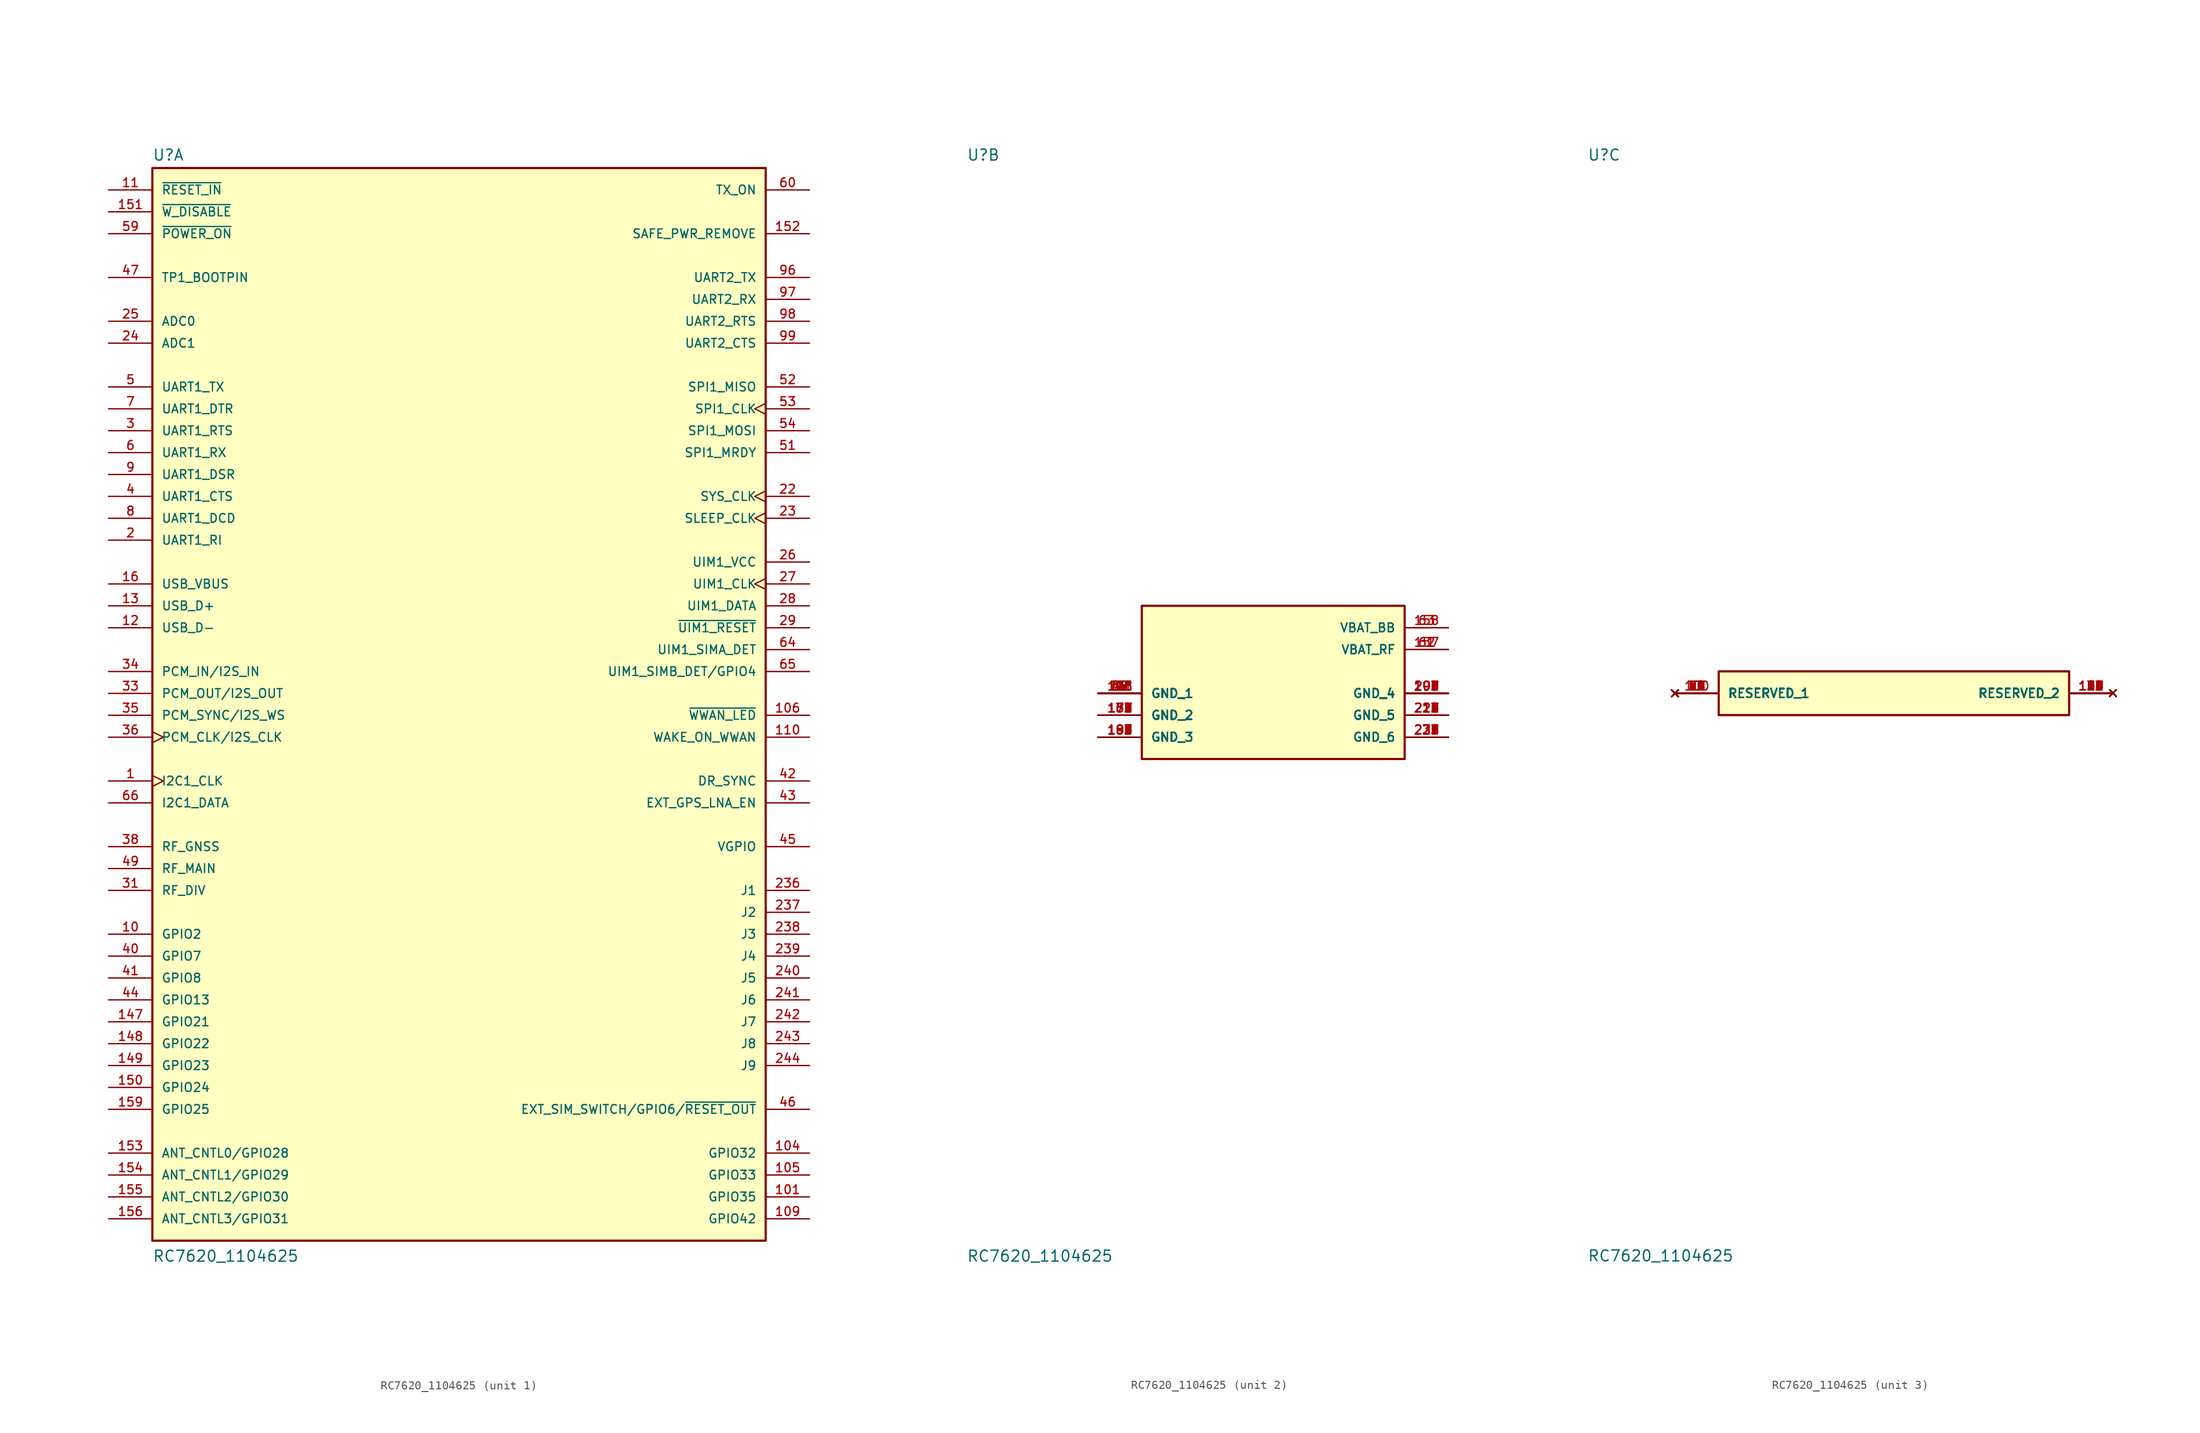
<source format=kicad_sym>
(kicad_symbol_lib
  (version 20211014)
  (generator kicad_symbol_editor)
  (symbol "RC7620_1104625"
    (pin_names
      (offset 1.016))
    (property "Reference" "U"
      (at -35.56 61.722 0)
      (effects (font (size 1.27 1.27)) (justify bottom left)))
    (property "Value" "RC7620_1104625"
      (at -35.56 -66.04 0)
      (effects (font (size 1.27 1.27)) (justify bottom left)))
    (symbol "RC7620_1104625_1_0"
      (rectangle (start -35.56 -63.5) (end 35.56 60.96) (stroke (width 0.254)) (fill (type background)))
      (pin bidirectional clock (at -40.64 -10.16 0) (length 5.08) (name "I2C1_CLK" (effects (font (size 1.016 1.016)))) (number "1" (effects (font (size 1.016 1.016)))))
      (pin output line (at -40.64 17.78 0) (length 5.08) (name "UART1_RI" (effects (font (size 1.016 1.016)))) (number "2" (effects (font (size 1.016 1.016)))))
      (pin input line (at -40.64 30.48 0) (length 5.08) (name "UART1_RTS" (effects (font (size 1.016 1.016)))) (number "3" (effects (font (size 1.016 1.016)))))
      (pin input line (at -40.64 35.56 0) (length 5.08) (name "UART1_TX" (effects (font (size 1.016 1.016)))) (number "5" (effects (font (size 1.016 1.016)))))
      (pin input line (at -40.64 33.02 0) (length 5.08) (name "UART1_DTR" (effects (font (size 1.016 1.016)))) (number "7" (effects (font (size 1.016 1.016)))))
      (pin input line (at -40.64 58.42 0) (length 5.08) (name "~{RESET_IN}" (effects (font (size 1.016 1.016)))) (number "11" (effects (font (size 1.016 1.016)))))
      (pin input line (at -40.64 40.64 0) (length 5.08) (name "ADC1" (effects (font (size 1.016 1.016)))) (number "24" (effects (font (size 1.016 1.016)))))
      (pin input line (at -40.64 43.18 0) (length 5.08) (name "ADC0" (effects (font (size 1.016 1.016)))) (number "25" (effects (font (size 1.016 1.016)))))
      (pin input line (at -40.64 2.54 0) (length 5.08) (name "PCM_IN/I2S_IN" (effects (font (size 1.016 1.016)))) (number "34" (effects (font (size 1.016 1.016)))))
      (pin input line (at -40.64 48.26 0) (length 5.08) (name "TP1_BOOTPIN" (effects (font (size 1.016 1.016)))) (number "47" (effects (font (size 1.016 1.016)))))
      (pin input line (at 40.64 35.56 180.0) (length 5.08) (name "SPI1_MISO" (effects (font (size 1.016 1.016)))) (number "52" (effects (font (size 1.016 1.016)))))
      (pin input line (at -40.64 53.34 0) (length 5.08) (name "~{POWER_ON}" (effects (font (size 1.016 1.016)))) (number "59" (effects (font (size 1.016 1.016)))))
      (pin input line (at 40.64 48.26 180.0) (length 5.08) (name "UART2_TX" (effects (font (size 1.016 1.016)))) (number "96" (effects (font (size 1.016 1.016)))))
      (pin input line (at -40.64 55.88 0) (length 5.08) (name "~{W_DISABLE}" (effects (font (size 1.016 1.016)))) (number "151" (effects (font (size 1.016 1.016)))))
      (pin output line (at -40.64 22.86 0) (length 5.08) (name "UART1_CTS" (effects (font (size 1.016 1.016)))) (number "4" (effects (font (size 1.016 1.016)))))
      (pin output line (at -40.64 27.94 0) (length 5.08) (name "UART1_RX" (effects (font (size 1.016 1.016)))) (number "6" (effects (font (size 1.016 1.016)))))
      (pin output line (at -40.64 20.32 0) (length 5.08) (name "UART1_DCD" (effects (font (size 1.016 1.016)))) (number "8" (effects (font (size 1.016 1.016)))))
      (pin output line (at -40.64 25.4 0) (length 5.08) (name "UART1_DSR" (effects (font (size 1.016 1.016)))) (number "9" (effects (font (size 1.016 1.016)))))
      (pin output clock (at 40.64 22.86 180.0) (length 5.08) (name "SYS_CLK" (effects (font (size 1.016 1.016)))) (number "22" (effects (font (size 1.016 1.016)))))
      (pin output clock (at 40.64 20.32 180.0) (length 5.08) (name "SLEEP_CLK" (effects (font (size 1.016 1.016)))) (number "23" (effects (font (size 1.016 1.016)))))
      (pin output clock (at 40.64 12.7 180.0) (length 5.08) (name "UIM1_CLK" (effects (font (size 1.016 1.016)))) (number "27" (effects (font (size 1.016 1.016)))))
      (pin output line (at 40.64 7.62 180.0) (length 5.08) (name "~{UIM1_RESET}" (effects (font (size 1.016 1.016)))) (number "29" (effects (font (size 1.016 1.016)))))
      (pin output line (at -40.64 0.0 0) (length 5.08) (name "PCM_OUT/I2S_OUT" (effects (font (size 1.016 1.016)))) (number "33" (effects (font (size 1.016 1.016)))))
      (pin output line (at 40.64 -10.16 180.0) (length 5.08) (name "DR_SYNC" (effects (font (size 1.016 1.016)))) (number "42" (effects (font (size 1.016 1.016)))))
      (pin output line (at 40.64 -17.78 180.0) (length 5.08) (name "VGPIO" (effects (font (size 1.016 1.016)))) (number "45" (effects (font (size 1.016 1.016)))))
      (pin bidirectional line (at 40.64 -48.26 180.0) (length 5.08) (name "EXT_SIM_SWITCH/GPIO6/~{RESET_OUT}" (effects (font (size 1.016 1.016)))) (number "46" (effects (font (size 1.016 1.016)))))
      (pin output line (at 40.64 27.94 180.0) (length 5.08) (name "SPI1_MRDY" (effects (font (size 1.016 1.016)))) (number "51" (effects (font (size 1.016 1.016)))))
      (pin output clock (at 40.64 33.02 180.0) (length 5.08) (name "SPI1_CLK" (effects (font (size 1.016 1.016)))) (number "53" (effects (font (size 1.016 1.016)))))
      (pin output line (at 40.64 30.48 180.0) (length 5.08) (name "SPI1_MOSI" (effects (font (size 1.016 1.016)))) (number "54" (effects (font (size 1.016 1.016)))))
      (pin output line (at 40.64 58.42 180.0) (length 5.08) (name "TX_ON" (effects (font (size 1.016 1.016)))) (number "60" (effects (font (size 1.016 1.016)))))
      (pin output line (at 40.64 45.72 180.0) (length 5.08) (name "UART2_RX" (effects (font (size 1.016 1.016)))) (number "97" (effects (font (size 1.016 1.016)))))
      (pin output line (at 40.64 -2.54 180.0) (length 5.08) (name "~{WWAN_LED}" (effects (font (size 1.016 1.016)))) (number "106" (effects (font (size 1.016 1.016)))))
      (pin output line (at 40.64 -5.08 180.0) (length 5.08) (name "WAKE_ON_WWAN" (effects (font (size 1.016 1.016)))) (number "110" (effects (font (size 1.016 1.016)))))
      (pin output line (at 40.64 53.34 180.0) (length 5.08) (name "SAFE_PWR_REMOVE" (effects (font (size 1.016 1.016)))) (number "152" (effects (font (size 1.016 1.016)))))
      (pin bidirectional line (at -40.64 -27.94 0) (length 5.08) (name "GPIO2" (effects (font (size 1.016 1.016)))) (number "10" (effects (font (size 1.016 1.016)))))
      (pin bidirectional line (at -40.64 7.62 0) (length 5.08) (name "USB_D-" (effects (font (size 1.016 1.016)))) (number "12" (effects (font (size 1.016 1.016)))))
      (pin bidirectional line (at -40.64 10.16 0) (length 5.08) (name "USB_D+" (effects (font (size 1.016 1.016)))) (number "13" (effects (font (size 1.016 1.016)))))
      (pin bidirectional line (at 40.64 10.16 180.0) (length 5.08) (name "UIM1_DATA" (effects (font (size 1.016 1.016)))) (number "28" (effects (font (size 1.016 1.016)))))
      (pin output line (at -40.64 -2.54 0) (length 5.08) (name "PCM_SYNC/I2S_WS" (effects (font (size 1.016 1.016)))) (number "35" (effects (font (size 1.016 1.016)))))
      (pin output clock (at -40.64 -5.08 0) (length 5.08) (name "PCM_CLK/I2S_CLK" (effects (font (size 1.016 1.016)))) (number "36" (effects (font (size 1.016 1.016)))))
      (pin bidirectional line (at -40.64 -30.48 0) (length 5.08) (name "GPIO7" (effects (font (size 1.016 1.016)))) (number "40" (effects (font (size 1.016 1.016)))))
      (pin bidirectional line (at -40.64 -33.02 0) (length 5.08) (name "GPIO8" (effects (font (size 1.016 1.016)))) (number "41" (effects (font (size 1.016 1.016)))))
      (pin bidirectional line (at -40.64 -35.56 0) (length 5.08) (name "GPIO13" (effects (font (size 1.016 1.016)))) (number "44" (effects (font (size 1.016 1.016)))))
      (pin bidirectional line (at -40.64 -12.7 0) (length 5.08) (name "I2C1_DATA" (effects (font (size 1.016 1.016)))) (number "66" (effects (font (size 1.016 1.016)))))
      (pin bidirectional line (at 40.64 -58.42 180.0) (length 5.08) (name "GPIO35" (effects (font (size 1.016 1.016)))) (number "101" (effects (font (size 1.016 1.016)))))
      (pin bidirectional line (at 40.64 -53.34 180.0) (length 5.08) (name "GPIO32" (effects (font (size 1.016 1.016)))) (number "104" (effects (font (size 1.016 1.016)))))
      (pin bidirectional line (at 40.64 -55.88 180.0) (length 5.08) (name "GPIO33" (effects (font (size 1.016 1.016)))) (number "105" (effects (font (size 1.016 1.016)))))
      (pin bidirectional line (at 40.64 -60.96 180.0) (length 5.08) (name "GPIO42" (effects (font (size 1.016 1.016)))) (number "109" (effects (font (size 1.016 1.016)))))
      (pin bidirectional line (at -40.64 -38.1 0) (length 5.08) (name "GPIO21" (effects (font (size 1.016 1.016)))) (number "147" (effects (font (size 1.016 1.016)))))
      (pin bidirectional line (at -40.64 -40.64 0) (length 5.08) (name "GPIO22" (effects (font (size 1.016 1.016)))) (number "148" (effects (font (size 1.016 1.016)))))
      (pin bidirectional line (at -40.64 -43.18 0) (length 5.08) (name "GPIO23" (effects (font (size 1.016 1.016)))) (number "149" (effects (font (size 1.016 1.016)))))
      (pin bidirectional line (at -40.64 -45.72 0) (length 5.08) (name "GPIO24" (effects (font (size 1.016 1.016)))) (number "150" (effects (font (size 1.016 1.016)))))
      (pin bidirectional line (at -40.64 -53.34 0) (length 5.08) (name "ANT_CNTL0/GPIO28" (effects (font (size 1.016 1.016)))) (number "153" (effects (font (size 1.016 1.016)))))
      (pin bidirectional line (at -40.64 -55.88 0) (length 5.08) (name "ANT_CNTL1/GPIO29" (effects (font (size 1.016 1.016)))) (number "154" (effects (font (size 1.016 1.016)))))
      (pin bidirectional line (at -40.64 -60.96 0) (length 5.08) (name "ANT_CNTL3/GPIO31" (effects (font (size 1.016 1.016)))) (number "156" (effects (font (size 1.016 1.016)))))
      (pin bidirectional line (at -40.64 -58.42 0) (length 5.08) (name "ANT_CNTL2/GPIO30" (effects (font (size 1.016 1.016)))) (number "155" (effects (font (size 1.016 1.016)))))
      (pin bidirectional line (at -40.64 -48.26 0) (length 5.08) (name "GPIO25" (effects (font (size 1.016 1.016)))) (number "159" (effects (font (size 1.016 1.016)))))
      (pin input line (at -40.64 -17.78 0) (length 5.08) (name "RF_GNSS" (effects (font (size 1.016 1.016)))) (number "38" (effects (font (size 1.016 1.016)))))
      (pin bidirectional line (at 40.64 -22.86 180.0) (length 5.08) (name "J1" (effects (font (size 1.016 1.016)))) (number "236" (effects (font (size 1.016 1.016)))))
      (pin bidirectional line (at 40.64 -27.94 180.0) (length 5.08) (name "J3" (effects (font (size 1.016 1.016)))) (number "238" (effects (font (size 1.016 1.016)))))
      (pin bidirectional line (at 40.64 -25.4 180.0) (length 5.08) (name "J2" (effects (font (size 1.016 1.016)))) (number "237" (effects (font (size 1.016 1.016)))))
      (pin bidirectional line (at 40.64 -30.48 180.0) (length 5.08) (name "J4" (effects (font (size 1.016 1.016)))) (number "239" (effects (font (size 1.016 1.016)))))
      (pin bidirectional line (at 40.64 -33.02 180.0) (length 5.08) (name "J5" (effects (font (size 1.016 1.016)))) (number "240" (effects (font (size 1.016 1.016)))))
      (pin bidirectional line (at 40.64 -35.56 180.0) (length 5.08) (name "J6" (effects (font (size 1.016 1.016)))) (number "241" (effects (font (size 1.016 1.016)))))
      (pin bidirectional line (at 40.64 -38.1 180.0) (length 5.08) (name "J7" (effects (font (size 1.016 1.016)))) (number "242" (effects (font (size 1.016 1.016)))))
      (pin bidirectional line (at 40.64 -40.64 180.0) (length 5.08) (name "J8" (effects (font (size 1.016 1.016)))) (number "243" (effects (font (size 1.016 1.016)))))
      (pin bidirectional line (at 40.64 -43.18 180.0) (length 5.08) (name "J9" (effects (font (size 1.016 1.016)))) (number "244" (effects (font (size 1.016 1.016)))))
      (pin input line (at -40.64 -22.86 0) (length 5.08) (name "RF_DIV" (effects (font (size 1.016 1.016)))) (number "31" (effects (font (size 1.016 1.016)))))
      (pin bidirectional line (at -40.64 -20.32 0) (length 5.08) (name "RF_MAIN" (effects (font (size 1.016 1.016)))) (number "49" (effects (font (size 1.016 1.016)))))
      (pin input line (at 40.64 5.08 180.0) (length 5.08) (name "UIM1_SIMA_DET" (effects (font (size 1.016 1.016)))) (number "64" (effects (font (size 1.016 1.016)))))
      (pin input line (at 40.64 2.54 180.0) (length 5.08) (name "UIM1_SIMB_DET/GPIO4" (effects (font (size 1.016 1.016)))) (number "65" (effects (font (size 1.016 1.016)))))
      (pin output line (at 40.64 40.64 180.0) (length 5.08) (name "UART2_CTS" (effects (font (size 1.016 1.016)))) (number "99" (effects (font (size 1.016 1.016)))))
      (pin input line (at 40.64 43.18 180.0) (length 5.08) (name "UART2_RTS" (effects (font (size 1.016 1.016)))) (number "98" (effects (font (size 1.016 1.016)))))
      (pin output line (at 40.64 -12.7 180.0) (length 5.08) (name "EXT_GPS_LNA_EN" (effects (font (size 1.016 1.016)))) (number "43" (effects (font (size 1.016 1.016)))))
      (pin power_in line (at -40.64 12.7 0) (length 5.08) (name "USB_VBUS" (effects (font (size 1.016 1.016)))) (number "16" (effects (font (size 1.016 1.016)))))
      (pin power_in line (at 40.64 15.24 180.0) (length 5.08) (name "UIM1_VCC" (effects (font (size 1.016 1.016)))) (number "26" (effects (font (size 1.016 1.016))))))
    (symbol "RC7620_1104625_2_0"
      (rectangle (start -15.24 -7.62) (end 15.24 10.16) (stroke (width 0.254)) (fill (type background)))
      (pin power_in line (at -20.32 0.0 0) (length 5.08) (name "GND_1" (effects (font (size 1.016 1.016)))) (number "30" (effects (font (size 1.016 1.016)))))
      (pin power_in line (at -20.32 0.0 0) (length 5.08) (name "GND_1" (effects (font (size 1.016 1.016)))) (number "32" (effects (font (size 1.016 1.016)))))
      (pin power_in line (at -20.32 0.0 0) (length 5.08) (name "GND_1" (effects (font (size 1.016 1.016)))) (number "37" (effects (font (size 1.016 1.016)))))
      (pin power_in line (at -20.32 0.0 0) (length 5.08) (name "GND_1" (effects (font (size 1.016 1.016)))) (number "39" (effects (font (size 1.016 1.016)))))
      (pin power_in line (at -20.32 0.0 0) (length 5.08) (name "GND_1" (effects (font (size 1.016 1.016)))) (number "48" (effects (font (size 1.016 1.016)))))
      (pin power_in line (at -20.32 0.0 0) (length 5.08) (name "GND_1" (effects (font (size 1.016 1.016)))) (number "50" (effects (font (size 1.016 1.016)))))
      (pin power_in line (at -20.32 0.0 0) (length 5.08) (name "GND_1" (effects (font (size 1.016 1.016)))) (number "67" (effects (font (size 1.016 1.016)))))
      (pin power_in line (at -20.32 0.0 0) (length 5.08) (name "GND_1" (effects (font (size 1.016 1.016)))) (number "68" (effects (font (size 1.016 1.016)))))
      (pin power_in line (at -20.32 0.0 0) (length 5.08) (name "GND_1" (effects (font (size 1.016 1.016)))) (number "69" (effects (font (size 1.016 1.016)))))
      (pin power_in line (at -20.32 0.0 0) (length 5.08) (name "GND_1" (effects (font (size 1.016 1.016)))) (number "70" (effects (font (size 1.016 1.016)))))
      (pin power_in line (at -20.32 0.0 0) (length 5.08) (name "GND_1" (effects (font (size 1.016 1.016)))) (number "111" (effects (font (size 1.016 1.016)))))
      (pin power_in line (at -20.32 0.0 0) (length 5.08) (name "GND_1" (effects (font (size 1.016 1.016)))) (number "113" (effects (font (size 1.016 1.016)))))
      (pin power_in line (at -20.32 0.0 0) (length 5.08) (name "GND_1" (effects (font (size 1.016 1.016)))) (number "125" (effects (font (size 1.016 1.016)))))
      (pin power_in line (at -20.32 0.0 0) (length 5.08) (name "GND_1" (effects (font (size 1.016 1.016)))) (number "128" (effects (font (size 1.016 1.016)))))
      (pin power_in line (at -20.32 0.0 0) (length 5.08) (name "GND_1" (effects (font (size 1.016 1.016)))) (number "136" (effects (font (size 1.016 1.016)))))
      (pin power_in line (at -20.32 -2.54 0) (length 5.08) (name "GND_2" (effects (font (size 1.016 1.016)))) (number "139" (effects (font (size 1.016 1.016)))))
      (pin power_in line (at -20.32 -2.54 0) (length 5.08) (name "GND_2" (effects (font (size 1.016 1.016)))) (number "167" (effects (font (size 1.016 1.016)))))
      (pin power_in line (at -20.32 -2.54 0) (length 5.08) (name "GND_2" (effects (font (size 1.016 1.016)))) (number "168" (effects (font (size 1.016 1.016)))))
      (pin power_in line (at -20.32 -2.54 0) (length 5.08) (name "GND_2" (effects (font (size 1.016 1.016)))) (number "169" (effects (font (size 1.016 1.016)))))
      (pin power_in line (at -20.32 -2.54 0) (length 5.08) (name "GND_2" (effects (font (size 1.016 1.016)))) (number "170" (effects (font (size 1.016 1.016)))))
      (pin power_in line (at -20.32 -2.54 0) (length 5.08) (name "GND_2" (effects (font (size 1.016 1.016)))) (number "171" (effects (font (size 1.016 1.016)))))
      (pin power_in line (at -20.32 -2.54 0) (length 5.08) (name "GND_2" (effects (font (size 1.016 1.016)))) (number "172" (effects (font (size 1.016 1.016)))))
      (pin power_in line (at -20.32 -2.54 0) (length 5.08) (name "GND_2" (effects (font (size 1.016 1.016)))) (number "173" (effects (font (size 1.016 1.016)))))
      (pin power_in line (at -20.32 -2.54 0) (length 5.08) (name "GND_2" (effects (font (size 1.016 1.016)))) (number "174" (effects (font (size 1.016 1.016)))))
      (pin power_in line (at -20.32 -2.54 0) (length 5.08) (name "GND_2" (effects (font (size 1.016 1.016)))) (number "175" (effects (font (size 1.016 1.016)))))
      (pin power_in line (at -20.32 -2.54 0) (length 5.08) (name "GND_2" (effects (font (size 1.016 1.016)))) (number "176" (effects (font (size 1.016 1.016)))))
      (pin power_in line (at -20.32 -2.54 0) (length 5.08) (name "GND_2" (effects (font (size 1.016 1.016)))) (number "177" (effects (font (size 1.016 1.016)))))
      (pin power_in line (at -20.32 -2.54 0) (length 5.08) (name "GND_2" (effects (font (size 1.016 1.016)))) (number "178" (effects (font (size 1.016 1.016)))))
      (pin power_in line (at -20.32 -2.54 0) (length 5.08) (name "GND_2" (effects (font (size 1.016 1.016)))) (number "179" (effects (font (size 1.016 1.016)))))
      (pin power_in line (at -20.32 -2.54 0) (length 5.08) (name "GND_2" (effects (font (size 1.016 1.016)))) (number "180" (effects (font (size 1.016 1.016)))))
      (pin power_in line (at -20.32 -5.08 0) (length 5.08) (name "GND_3" (effects (font (size 1.016 1.016)))) (number "181" (effects (font (size 1.016 1.016)))))
      (pin power_in line (at -20.32 -5.08 0) (length 5.08) (name "GND_3" (effects (font (size 1.016 1.016)))) (number "182" (effects (font (size 1.016 1.016)))))
      (pin power_in line (at -20.32 -5.08 0) (length 5.08) (name "GND_3" (effects (font (size 1.016 1.016)))) (number "183" (effects (font (size 1.016 1.016)))))
      (pin power_in line (at -20.32 -5.08 0) (length 5.08) (name "GND_3" (effects (font (size 1.016 1.016)))) (number "184" (effects (font (size 1.016 1.016)))))
      (pin power_in line (at -20.32 -5.08 0) (length 5.08) (name "GND_3" (effects (font (size 1.016 1.016)))) (number "185" (effects (font (size 1.016 1.016)))))
      (pin power_in line (at -20.32 -5.08 0) (length 5.08) (name "GND_3" (effects (font (size 1.016 1.016)))) (number "186" (effects (font (size 1.016 1.016)))))
      (pin power_in line (at -20.32 -5.08 0) (length 5.08) (name "GND_3" (effects (font (size 1.016 1.016)))) (number "187" (effects (font (size 1.016 1.016)))))
      (pin power_in line (at -20.32 -5.08 0) (length 5.08) (name "GND_3" (effects (font (size 1.016 1.016)))) (number "188" (effects (font (size 1.016 1.016)))))
      (pin power_in line (at -20.32 -5.08 0) (length 5.08) (name "GND_3" (effects (font (size 1.016 1.016)))) (number "189" (effects (font (size 1.016 1.016)))))
      (pin power_in line (at -20.32 -5.08 0) (length 5.08) (name "GND_3" (effects (font (size 1.016 1.016)))) (number "190" (effects (font (size 1.016 1.016)))))
      (pin power_in line (at -20.32 -5.08 0) (length 5.08) (name "GND_3" (effects (font (size 1.016 1.016)))) (number "191" (effects (font (size 1.016 1.016)))))
      (pin power_in line (at -20.32 -5.08 0) (length 5.08) (name "GND_3" (effects (font (size 1.016 1.016)))) (number "192" (effects (font (size 1.016 1.016)))))
      (pin power_in line (at -20.32 -5.08 0) (length 5.08) (name "GND_3" (effects (font (size 1.016 1.016)))) (number "193" (effects (font (size 1.016 1.016)))))
      (pin power_in line (at -20.32 -5.08 0) (length 5.08) (name "GND_3" (effects (font (size 1.016 1.016)))) (number "194" (effects (font (size 1.016 1.016)))))
      (pin power_in line (at 20.32 0.0 180.0) (length 5.08) (name "GND_4" (effects (font (size 1.016 1.016)))) (number "195" (effects (font (size 1.016 1.016)))))
      (pin power_in line (at 20.32 0.0 180.0) (length 5.08) (name "GND_4" (effects (font (size 1.016 1.016)))) (number "196" (effects (font (size 1.016 1.016)))))
      (pin power_in line (at 20.32 0.0 180.0) (length 5.08) (name "GND_4" (effects (font (size 1.016 1.016)))) (number "197" (effects (font (size 1.016 1.016)))))
      (pin power_in line (at 20.32 0.0 180.0) (length 5.08) (name "GND_4" (effects (font (size 1.016 1.016)))) (number "198" (effects (font (size 1.016 1.016)))))
      (pin power_in line (at 20.32 0.0 180.0) (length 5.08) (name "GND_4" (effects (font (size 1.016 1.016)))) (number "199" (effects (font (size 1.016 1.016)))))
      (pin power_in line (at 20.32 0.0 180.0) (length 5.08) (name "GND_4" (effects (font (size 1.016 1.016)))) (number "200" (effects (font (size 1.016 1.016)))))
      (pin power_in line (at 20.32 0.0 180.0) (length 5.08) (name "GND_4" (effects (font (size 1.016 1.016)))) (number "201" (effects (font (size 1.016 1.016)))))
      (pin power_in line (at 20.32 0.0 180.0) (length 5.08) (name "GND_4" (effects (font (size 1.016 1.016)))) (number "202" (effects (font (size 1.016 1.016)))))
      (pin power_in line (at 20.32 0.0 180.0) (length 5.08) (name "GND_4" (effects (font (size 1.016 1.016)))) (number "203" (effects (font (size 1.016 1.016)))))
      (pin power_in line (at 20.32 0.0 180.0) (length 5.08) (name "GND_4" (effects (font (size 1.016 1.016)))) (number "204" (effects (font (size 1.016 1.016)))))
      (pin power_in line (at 20.32 0.0 180.0) (length 5.08) (name "GND_4" (effects (font (size 1.016 1.016)))) (number "205" (effects (font (size 1.016 1.016)))))
      (pin power_in line (at 20.32 0.0 180.0) (length 5.08) (name "GND_4" (effects (font (size 1.016 1.016)))) (number "206" (effects (font (size 1.016 1.016)))))
      (pin power_in line (at 20.32 0.0 180.0) (length 5.08) (name "GND_4" (effects (font (size 1.016 1.016)))) (number "207" (effects (font (size 1.016 1.016)))))
      (pin power_in line (at 20.32 0.0 180.0) (length 5.08) (name "GND_4" (effects (font (size 1.016 1.016)))) (number "208" (effects (font (size 1.016 1.016)))))
      (pin power_in line (at 20.32 0.0 180.0) (length 5.08) (name "GND_4" (effects (font (size 1.016 1.016)))) (number "209" (effects (font (size 1.016 1.016)))))
      (pin power_in line (at 20.32 -2.54 180.0) (length 5.08) (name "GND_5" (effects (font (size 1.016 1.016)))) (number "210" (effects (font (size 1.016 1.016)))))
      (pin power_in line (at 20.32 -2.54 180.0) (length 5.08) (name "GND_5" (effects (font (size 1.016 1.016)))) (number "211" (effects (font (size 1.016 1.016)))))
      (pin power_in line (at 20.32 -2.54 180.0) (length 5.08) (name "GND_5" (effects (font (size 1.016 1.016)))) (number "212" (effects (font (size 1.016 1.016)))))
      (pin power_in line (at 20.32 -2.54 180.0) (length 5.08) (name "GND_5" (effects (font (size 1.016 1.016)))) (number "213" (effects (font (size 1.016 1.016)))))
      (pin power_in line (at 20.32 -2.54 180.0) (length 5.08) (name "GND_5" (effects (font (size 1.016 1.016)))) (number "214" (effects (font (size 1.016 1.016)))))
      (pin power_in line (at 20.32 -2.54 180.0) (length 5.08) (name "GND_5" (effects (font (size 1.016 1.016)))) (number "215" (effects (font (size 1.016 1.016)))))
      (pin power_in line (at 20.32 -2.54 180.0) (length 5.08) (name "GND_5" (effects (font (size 1.016 1.016)))) (number "216" (effects (font (size 1.016 1.016)))))
      (pin power_in line (at 20.32 -2.54 180.0) (length 5.08) (name "GND_5" (effects (font (size 1.016 1.016)))) (number "217" (effects (font (size 1.016 1.016)))))
      (pin power_in line (at 20.32 -2.54 180.0) (length 5.08) (name "GND_5" (effects (font (size 1.016 1.016)))) (number "218" (effects (font (size 1.016 1.016)))))
      (pin power_in line (at 20.32 -2.54 180.0) (length 5.08) (name "GND_5" (effects (font (size 1.016 1.016)))) (number "219" (effects (font (size 1.016 1.016)))))
      (pin power_in line (at 20.32 -2.54 180.0) (length 5.08) (name "GND_5" (effects (font (size 1.016 1.016)))) (number "220" (effects (font (size 1.016 1.016)))))
      (pin power_in line (at 20.32 -2.54 180.0) (length 5.08) (name "GND_5" (effects (font (size 1.016 1.016)))) (number "221" (effects (font (size 1.016 1.016)))))
      (pin power_in line (at 20.32 -2.54 180.0) (length 5.08) (name "GND_5" (effects (font (size 1.016 1.016)))) (number "222" (effects (font (size 1.016 1.016)))))
      (pin power_in line (at 20.32 -2.54 180.0) (length 5.08) (name "GND_5" (effects (font (size 1.016 1.016)))) (number "223" (effects (font (size 1.016 1.016)))))
      (pin power_in line (at 20.32 -2.54 180.0) (length 5.08) (name "GND_5" (effects (font (size 1.016 1.016)))) (number "224" (effects (font (size 1.016 1.016)))))
      (pin power_in line (at 20.32 -5.08 180.0) (length 5.08) (name "GND_6" (effects (font (size 1.016 1.016)))) (number "225" (effects (font (size 1.016 1.016)))))
      (pin power_in line (at 20.32 -5.08 180.0) (length 5.08) (name "GND_6" (effects (font (size 1.016 1.016)))) (number "226" (effects (font (size 1.016 1.016)))))
      (pin power_in line (at 20.32 -5.08 180.0) (length 5.08) (name "GND_6" (effects (font (size 1.016 1.016)))) (number "227" (effects (font (size 1.016 1.016)))))
      (pin power_in line (at 20.32 -5.08 180.0) (length 5.08) (name "GND_6" (effects (font (size 1.016 1.016)))) (number "228" (effects (font (size 1.016 1.016)))))
      (pin power_in line (at 20.32 -5.08 180.0) (length 5.08) (name "GND_6" (effects (font (size 1.016 1.016)))) (number "229" (effects (font (size 1.016 1.016)))))
      (pin power_in line (at 20.32 -5.08 180.0) (length 5.08) (name "GND_6" (effects (font (size 1.016 1.016)))) (number "230" (effects (font (size 1.016 1.016)))))
      (pin power_in line (at 20.32 -5.08 180.0) (length 5.08) (name "GND_6" (effects (font (size 1.016 1.016)))) (number "231" (effects (font (size 1.016 1.016)))))
      (pin power_in line (at 20.32 -5.08 180.0) (length 5.08) (name "GND_6" (effects (font (size 1.016 1.016)))) (number "232" (effects (font (size 1.016 1.016)))))
      (pin power_in line (at 20.32 -5.08 180.0) (length 5.08) (name "GND_6" (effects (font (size 1.016 1.016)))) (number "233" (effects (font (size 1.016 1.016)))))
      (pin power_in line (at 20.32 -5.08 180.0) (length 5.08) (name "GND_6" (effects (font (size 1.016 1.016)))) (number "234" (effects (font (size 1.016 1.016)))))
      (pin power_in line (at 20.32 5.08 180.0) (length 5.08) (name "VBAT_RF" (effects (font (size 1.016 1.016)))) (number "61" (effects (font (size 1.016 1.016)))))
      (pin power_in line (at 20.32 5.08 180.0) (length 5.08) (name "VBAT_RF" (effects (font (size 1.016 1.016)))) (number "62" (effects (font (size 1.016 1.016)))))
      (pin power_in line (at 20.32 5.08 180.0) (length 5.08) (name "VBAT_RF" (effects (font (size 1.016 1.016)))) (number "157" (effects (font (size 1.016 1.016)))))
      (pin power_in line (at 20.32 7.62 180.0) (length 5.08) (name "VBAT_BB" (effects (font (size 1.016 1.016)))) (number "63" (effects (font (size 1.016 1.016)))))
      (pin power_in line (at 20.32 7.62 180.0) (length 5.08) (name "VBAT_BB" (effects (font (size 1.016 1.016)))) (number "158" (effects (font (size 1.016 1.016))))))
    (symbol "RC7620_1104625_3_0"
      (rectangle (start -20.32 -2.54) (end 20.32 2.54) (stroke (width 0.254)) (fill (type background)))
      (pin no_connect line (at -25.4 0.0 0) (length 5.08) (name "RESERVED_1" (effects (font (size 1.016 1.016)))) (number "14" (effects (font (size 1.016 1.016)))))
      (pin no_connect line (at -25.4 0.0 0) (length 5.08) (name "RESERVED_1" (effects (font (size 1.016 1.016)))) (number "15" (effects (font (size 1.016 1.016)))))
      (pin no_connect line (at -25.4 0.0 0) (length 5.08) (name "RESERVED_1" (effects (font (size 1.016 1.016)))) (number "17" (effects (font (size 1.016 1.016)))))
      (pin no_connect line (at -25.4 0.0 0) (length 5.08) (name "RESERVED_1" (effects (font (size 1.016 1.016)))) (number "18" (effects (font (size 1.016 1.016)))))
      (pin no_connect line (at -25.4 0.0 0) (length 5.08) (name "RESERVED_1" (effects (font (size 1.016 1.016)))) (number "19" (effects (font (size 1.016 1.016)))))
      (pin no_connect line (at -25.4 0.0 0) (length 5.08) (name "RESERVED_1" (effects (font (size 1.016 1.016)))) (number "20" (effects (font (size 1.016 1.016)))))
      (pin no_connect line (at -25.4 0.0 0) (length 5.08) (name "RESERVED_1" (effects (font (size 1.016 1.016)))) (number "21" (effects (font (size 1.016 1.016)))))
      (pin no_connect line (at -25.4 0.0 0) (length 5.08) (name "RESERVED_1" (effects (font (size 1.016 1.016)))) (number "55" (effects (font (size 1.016 1.016)))))
      (pin no_connect line (at -25.4 0.0 0) (length 5.08) (name "RESERVED_1" (effects (font (size 1.016 1.016)))) (number "56" (effects (font (size 1.016 1.016)))))
      (pin no_connect line (at -25.4 0.0 0) (length 5.08) (name "RESERVED_1" (effects (font (size 1.016 1.016)))) (number "57" (effects (font (size 1.016 1.016)))))
      (pin no_connect line (at -25.4 0.0 0) (length 5.08) (name "RESERVED_1" (effects (font (size 1.016 1.016)))) (number "58" (effects (font (size 1.016 1.016)))))
      (pin no_connect line (at -25.4 0.0 0) (length 5.08) (name "RESERVED_1" (effects (font (size 1.016 1.016)))) (number "71" (effects (font (size 1.016 1.016)))))
      (pin no_connect line (at -25.4 0.0 0) (length 5.08) (name "RESERVED_1" (effects (font (size 1.016 1.016)))) (number "72" (effects (font (size 1.016 1.016)))))
      (pin no_connect line (at -25.4 0.0 0) (length 5.08) (name "RESERVED_1" (effects (font (size 1.016 1.016)))) (number "73" (effects (font (size 1.016 1.016)))))
      (pin no_connect line (at -25.4 0.0 0) (length 5.08) (name "RESERVED_1" (effects (font (size 1.016 1.016)))) (number "74" (effects (font (size 1.016 1.016)))))
      (pin no_connect line (at -25.4 0.0 0) (length 5.08) (name "RESERVED_1" (effects (font (size 1.016 1.016)))) (number "75" (effects (font (size 1.016 1.016)))))
      (pin no_connect line (at -25.4 0.0 0) (length 5.08) (name "RESERVED_1" (effects (font (size 1.016 1.016)))) (number "76" (effects (font (size 1.016 1.016)))))
      (pin no_connect line (at -25.4 0.0 0) (length 5.08) (name "RESERVED_1" (effects (font (size 1.016 1.016)))) (number "77" (effects (font (size 1.016 1.016)))))
      (pin no_connect line (at -25.4 0.0 0) (length 5.08) (name "RESERVED_1" (effects (font (size 1.016 1.016)))) (number "78" (effects (font (size 1.016 1.016)))))
      (pin no_connect line (at -25.4 0.0 0) (length 5.08) (name "RESERVED_1" (effects (font (size 1.016 1.016)))) (number "79" (effects (font (size 1.016 1.016)))))
      (pin no_connect line (at -25.4 0.0 0) (length 5.08) (name "RESERVED_1" (effects (font (size 1.016 1.016)))) (number "80" (effects (font (size 1.016 1.016)))))
      (pin no_connect line (at -25.4 0.0 0) (length 5.08) (name "RESERVED_1" (effects (font (size 1.016 1.016)))) (number "81" (effects (font (size 1.016 1.016)))))
      (pin no_connect line (at -25.4 0.0 0) (length 5.08) (name "RESERVED_1" (effects (font (size 1.016 1.016)))) (number "82" (effects (font (size 1.016 1.016)))))
      (pin no_connect line (at -25.4 0.0 0) (length 5.08) (name "RESERVED_1" (effects (font (size 1.016 1.016)))) (number "83" (effects (font (size 1.016 1.016)))))
      (pin no_connect line (at -25.4 0.0 0) (length 5.08) (name "RESERVED_1" (effects (font (size 1.016 1.016)))) (number "84" (effects (font (size 1.016 1.016)))))
      (pin no_connect line (at -25.4 0.0 0) (length 5.08) (name "RESERVED_1" (effects (font (size 1.016 1.016)))) (number "85" (effects (font (size 1.016 1.016)))))
      (pin no_connect line (at -25.4 0.0 0) (length 5.08) (name "RESERVED_1" (effects (font (size 1.016 1.016)))) (number "86" (effects (font (size 1.016 1.016)))))
      (pin no_connect line (at -25.4 0.0 0) (length 5.08) (name "RESERVED_1" (effects (font (size 1.016 1.016)))) (number "87" (effects (font (size 1.016 1.016)))))
      (pin no_connect line (at -25.4 0.0 0) (length 5.08) (name "RESERVED_1" (effects (font (size 1.016 1.016)))) (number "88" (effects (font (size 1.016 1.016)))))
      (pin no_connect line (at -25.4 0.0 0) (length 5.08) (name "RESERVED_1" (effects (font (size 1.016 1.016)))) (number "89" (effects (font (size 1.016 1.016)))))
      (pin no_connect line (at -25.4 0.0 0) (length 5.08) (name "RESERVED_1" (effects (font (size 1.016 1.016)))) (number "90" (effects (font (size 1.016 1.016)))))
      (pin no_connect line (at -25.4 0.0 0) (length 5.08) (name "RESERVED_1" (effects (font (size 1.016 1.016)))) (number "91" (effects (font (size 1.016 1.016)))))
      (pin no_connect line (at -25.4 0.0 0) (length 5.08) (name "RESERVED_1" (effects (font (size 1.016 1.016)))) (number "92" (effects (font (size 1.016 1.016)))))
      (pin no_connect line (at -25.4 0.0 0) (length 5.08) (name "RESERVED_1" (effects (font (size 1.016 1.016)))) (number "93" (effects (font (size 1.016 1.016)))))
      (pin no_connect line (at -25.4 0.0 0) (length 5.08) (name "RESERVED_1" (effects (font (size 1.016 1.016)))) (number "94" (effects (font (size 1.016 1.016)))))
      (pin no_connect line (at -25.4 0.0 0) (length 5.08) (name "RESERVED_1" (effects (font (size 1.016 1.016)))) (number "95" (effects (font (size 1.016 1.016)))))
      (pin no_connect line (at -25.4 0.0 0) (length 5.08) (name "RESERVED_1" (effects (font (size 1.016 1.016)))) (number "100" (effects (font (size 1.016 1.016)))))
      (pin no_connect line (at 25.4 0.0 180.0) (length 5.08) (name "RESERVED_2" (effects (font (size 1.016 1.016)))) (number "102" (effects (font (size 1.016 1.016)))))
      (pin no_connect line (at 25.4 0.0 180.0) (length 5.08) (name "RESERVED_2" (effects (font (size 1.016 1.016)))) (number "103" (effects (font (size 1.016 1.016)))))
      (pin no_connect line (at 25.4 0.0 180.0) (length 5.08) (name "RESERVED_2" (effects (font (size 1.016 1.016)))) (number "107" (effects (font (size 1.016 1.016)))))
      (pin no_connect line (at 25.4 0.0 180.0) (length 5.08) (name "RESERVED_2" (effects (font (size 1.016 1.016)))) (number "108" (effects (font (size 1.016 1.016)))))
      (pin no_connect line (at 25.4 0.0 180.0) (length 5.08) (name "RESERVED_2" (effects (font (size 1.016 1.016)))) (number "114" (effects (font (size 1.016 1.016)))))
      (pin no_connect line (at 25.4 0.0 180.0) (length 5.08) (name "RESERVED_2" (effects (font (size 1.016 1.016)))) (number "115" (effects (font (size 1.016 1.016)))))
      (pin no_connect line (at 25.4 0.0 180.0) (length 5.08) (name "RESERVED_2" (effects (font (size 1.016 1.016)))) (number "116" (effects (font (size 1.016 1.016)))))
      (pin no_connect line (at 25.4 0.0 180.0) (length 5.08) (name "RESERVED_2" (effects (font (size 1.016 1.016)))) (number "117" (effects (font (size 1.016 1.016)))))
      (pin no_connect line (at 25.4 0.0 180.0) (length 5.08) (name "RESERVED_2" (effects (font (size 1.016 1.016)))) (number "118" (effects (font (size 1.016 1.016)))))
      (pin no_connect line (at 25.4 0.0 180.0) (length 5.08) (name "RESERVED_2" (effects (font (size 1.016 1.016)))) (number "119" (effects (font (size 1.016 1.016)))))
      (pin no_connect line (at 25.4 0.0 180.0) (length 5.08) (name "RESERVED_2" (effects (font (size 1.016 1.016)))) (number "120" (effects (font (size 1.016 1.016)))))
      (pin no_connect line (at 25.4 0.0 180.0) (length 5.08) (name "RESERVED_2" (effects (font (size 1.016 1.016)))) (number "121" (effects (font (size 1.016 1.016)))))
      (pin no_connect line (at 25.4 0.0 180.0) (length 5.08) (name "RESERVED_2" (effects (font (size 1.016 1.016)))) (number "122" (effects (font (size 1.016 1.016)))))
      (pin no_connect line (at 25.4 0.0 180.0) (length 5.08) (name "RESERVED_2" (effects (font (size 1.016 1.016)))) (number "123" (effects (font (size 1.016 1.016)))))
      (pin no_connect line (at 25.4 0.0 180.0) (length 5.08) (name "RESERVED_2" (effects (font (size 1.016 1.016)))) (number "124" (effects (font (size 1.016 1.016)))))
      (pin no_connect line (at 25.4 0.0 180.0) (length 5.08) (name "RESERVED_2" (effects (font (size 1.016 1.016)))) (number "129" (effects (font (size 1.016 1.016)))))
      (pin no_connect line (at 25.4 0.0 180.0) (length 5.08) (name "RESERVED_2" (effects (font (size 1.016 1.016)))) (number "130" (effects (font (size 1.016 1.016)))))
      (pin no_connect line (at 25.4 0.0 180.0) (length 5.08) (name "RESERVED_2" (effects (font (size 1.016 1.016)))) (number "131" (effects (font (size 1.016 1.016)))))
      (pin no_connect line (at 25.4 0.0 180.0) (length 5.08) (name "RESERVED_2" (effects (font (size 1.016 1.016)))) (number "132" (effects (font (size 1.016 1.016)))))
      (pin no_connect line (at 25.4 0.0 180.0) (length 5.08) (name "RESERVED_2" (effects (font (size 1.016 1.016)))) (number "133" (effects (font (size 1.016 1.016)))))
      (pin no_connect line (at 25.4 0.0 180.0) (length 5.08) (name "RESERVED_2" (effects (font (size 1.016 1.016)))) (number "134" (effects (font (size 1.016 1.016)))))
      (pin no_connect line (at 25.4 0.0 180.0) (length 5.08) (name "RESERVED_2" (effects (font (size 1.016 1.016)))) (number "135" (effects (font (size 1.016 1.016)))))
      (pin no_connect line (at 25.4 0.0 180.0) (length 5.08) (name "RESERVED_2" (effects (font (size 1.016 1.016)))) (number "140" (effects (font (size 1.016 1.016)))))
      (pin no_connect line (at 25.4 0.0 180.0) (length 5.08) (name "RESERVED_2" (effects (font (size 1.016 1.016)))) (number "141" (effects (font (size 1.016 1.016)))))
      (pin no_connect line (at 25.4 0.0 180.0) (length 5.08) (name "RESERVED_2" (effects (font (size 1.016 1.016)))) (number "142" (effects (font (size 1.016 1.016)))))
      (pin no_connect line (at 25.4 0.0 180.0) (length 5.08) (name "RESERVED_2" (effects (font (size 1.016 1.016)))) (number "143" (effects (font (size 1.016 1.016)))))
      (pin no_connect line (at 25.4 0.0 180.0) (length 5.08) (name "RESERVED_2" (effects (font (size 1.016 1.016)))) (number "144" (effects (font (size 1.016 1.016)))))
      (pin no_connect line (at 25.4 0.0 180.0) (length 5.08) (name "RESERVED_2" (effects (font (size 1.016 1.016)))) (number "145" (effects (font (size 1.016 1.016)))))
      (pin no_connect line (at 25.4 0.0 180.0) (length 5.08) (name "RESERVED_2" (effects (font (size 1.016 1.016)))) (number "146" (effects (font (size 1.016 1.016)))))
      (pin no_connect line (at 25.4 0.0 180.0) (length 5.08) (name "RESERVED_2" (effects (font (size 1.016 1.016)))) (number "160" (effects (font (size 1.016 1.016)))))
      (pin no_connect line (at 25.4 0.0 180.0) (length 5.08) (name "RESERVED_2" (effects (font (size 1.016 1.016)))) (number "161" (effects (font (size 1.016 1.016)))))
      (pin no_connect line (at 25.4 0.0 180.0) (length 5.08) (name "RESERVED_2" (effects (font (size 1.016 1.016)))) (number "162" (effects (font (size 1.016 1.016)))))
      (pin no_connect line (at 25.4 0.0 180.0) (length 5.08) (name "RESERVED_2" (effects (font (size 1.016 1.016)))) (number "163" (effects (font (size 1.016 1.016)))))
      (pin no_connect line (at 25.4 0.0 180.0) (length 5.08) (name "RESERVED_2" (effects (font (size 1.016 1.016)))) (number "164" (effects (font (size 1.016 1.016)))))
      (pin no_connect line (at 25.4 0.0 180.0) (length 5.08) (name "RESERVED_2" (effects (font (size 1.016 1.016)))) (number "165" (effects (font (size 1.016 1.016)))))
      (pin no_connect line (at 25.4 0.0 180.0) (length 5.08) (name "RESERVED_2" (effects (font (size 1.016 1.016)))) (number "166" (effects (font (size 1.016 1.016))))))))
</source>
